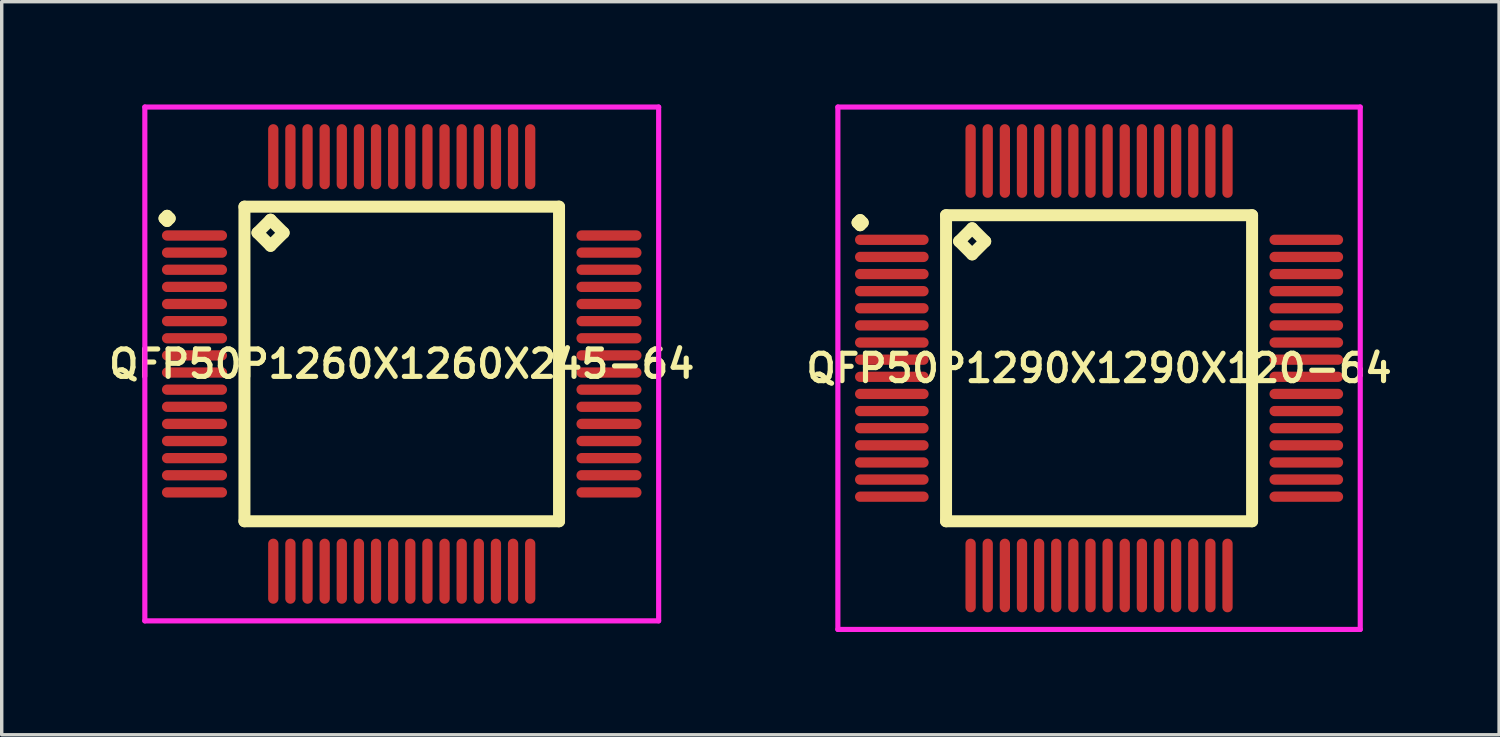
<source format=kicad_pcb>
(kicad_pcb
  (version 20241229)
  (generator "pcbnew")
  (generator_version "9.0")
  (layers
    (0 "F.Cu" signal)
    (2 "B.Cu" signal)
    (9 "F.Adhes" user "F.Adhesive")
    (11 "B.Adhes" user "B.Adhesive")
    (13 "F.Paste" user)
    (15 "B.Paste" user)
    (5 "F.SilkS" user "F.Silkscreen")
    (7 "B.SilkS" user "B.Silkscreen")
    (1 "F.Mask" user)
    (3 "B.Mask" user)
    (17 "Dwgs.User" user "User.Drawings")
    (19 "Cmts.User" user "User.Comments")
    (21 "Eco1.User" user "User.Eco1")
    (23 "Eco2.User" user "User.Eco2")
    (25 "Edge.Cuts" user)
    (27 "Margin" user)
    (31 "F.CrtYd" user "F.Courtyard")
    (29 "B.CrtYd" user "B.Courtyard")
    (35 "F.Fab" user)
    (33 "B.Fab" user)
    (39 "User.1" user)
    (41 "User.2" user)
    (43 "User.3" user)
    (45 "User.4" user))
  (footprint "QFP50P1290X1290X120-64"
    (layer "F.Cu")
    (at 29.035 7.7)
    (property "Reference" "QFP50P1290X1290X120-64" (at 0 0 0) (layer "F.SilkS") (effects (font (size 0.8 0.8) (thickness 0.15))))
    (attr smd)
    (fp_line (start -7.05 -4.25) (end -6.975 -4.325) (stroke (width 0.35) (type solid)) (layer "F.SilkS"))
    (fp_line (start -6.975 -4.325) (end -6.9 -4.25) (stroke (width 0.35) (type solid)) (layer "F.SilkS"))
    (fp_line (start -6.975 -4.175) (end -7.05 -4.25) (stroke (width 0.35) (type solid)) (layer "F.SilkS"))
    (fp_line (start -6.9 -4.25) (end -6.975 -4.175) (stroke (width 0.35) (type solid)) (layer "F.SilkS"))
    (fp_line (start -4.467 -4.467) (end -4.467 4.467) (stroke (width 0.35) (type solid)) (layer "F.SilkS"))
    (fp_line (start -4.467 4.467) (end 4.467 4.467) (stroke (width 0.35) (type solid)) (layer "F.SilkS"))
    (fp_line (start -4.086 -3.705) (end -3.705 -4.086) (stroke (width 0.35) (type solid)) (layer "F.SilkS"))
    (fp_line (start -3.705 -4.086) (end -3.324 -3.705) (stroke (width 0.35) (type solid)) (layer "F.SilkS"))
    (fp_line (start -3.705 -3.324) (end -4.086 -3.705) (stroke (width 0.35) (type solid)) (layer "F.SilkS"))
    (fp_line (start -3.324 -3.705) (end -3.705 -3.324) (stroke (width 0.35) (type solid)) (layer "F.SilkS"))
    (fp_line (start 4.467 -4.467) (end -4.467 -4.467) (stroke (width 0.35) (type solid)) (layer "F.SilkS"))
    (fp_line (start 4.467 4.467) (end 4.467 -4.467) (stroke (width 0.35) (type solid)) (layer "F.SilkS"))
    (fp_line (start -7.625 -7.625) (end 7.625 -7.625) (stroke (width 0.15) (type solid)) (layer "F.CrtYd"))
    (fp_line (start -7.625 7.625) (end -7.625 -7.625) (stroke (width 0.15) (type solid)) (layer "F.CrtYd"))
    (fp_line (start 7.625 -7.625) (end 7.625 7.625) (stroke (width 0.15) (type solid)) (layer "F.CrtYd"))
    (fp_line (start 7.625 7.625) (end -7.625 7.625) (stroke (width 0.15) (type solid)) (layer "F.CrtYd"))
    (pad "1" smd oval (at -6.05 -3.75) (size 2.15 0.3) (layers "F.Cu" "F.Mask" "F.Paste"))
    (pad "2" smd oval (at -6.05 -3.25) (size 2.15 0.3) (layers "F.Cu" "F.Mask" "F.Paste"))
    (pad "3" smd oval (at -6.05 -2.75) (size 2.15 0.3) (layers "F.Cu" "F.Mask" "F.Paste"))
    (pad "4" smd oval (at -6.05 -2.25) (size 2.15 0.3) (layers "F.Cu" "F.Mask" "F.Paste"))
    (pad "5" smd oval (at -6.05 -1.75) (size 2.15 0.3) (layers "F.Cu" "F.Mask" "F.Paste"))
    (pad "6" smd oval (at -6.05 -1.25) (size 2.15 0.3) (layers "F.Cu" "F.Mask" "F.Paste"))
    (pad "7" smd oval (at -6.05 -0.75) (size 2.15 0.3) (layers "F.Cu" "F.Mask" "F.Paste"))
    (pad "8" smd oval (at -6.05 -0.25) (size 2.15 0.3) (layers "F.Cu" "F.Mask" "F.Paste"))
    (pad "9" smd oval (at -6.05 0.25) (size 2.15 0.3) (layers "F.Cu" "F.Mask" "F.Paste"))
    (pad "10" smd oval (at -6.05 0.75) (size 2.15 0.3) (layers "F.Cu" "F.Mask" "F.Paste"))
    (pad "11" smd oval (at -6.05 1.25) (size 2.15 0.3) (layers "F.Cu" "F.Mask" "F.Paste"))
    (pad "12" smd oval (at -6.05 1.75) (size 2.15 0.3) (layers "F.Cu" "F.Mask" "F.Paste"))
    (pad "13" smd oval (at -6.05 2.25) (size 2.15 0.3) (layers "F.Cu" "F.Mask" "F.Paste"))
    (pad "14" smd oval (at -6.05 2.75) (size 2.15 0.3) (layers "F.Cu" "F.Mask" "F.Paste"))
    (pad "15" smd oval (at -6.05 3.25) (size 2.15 0.3) (layers "F.Cu" "F.Mask" "F.Paste"))
    (pad "16" smd oval (at -6.05 3.75) (size 2.15 0.3) (layers "F.Cu" "F.Mask" "F.Paste"))
    (pad "17" smd oval (at -3.75 6.05) (size 0.3 2.15) (layers "F.Cu" "F.Mask" "F.Paste"))
    (pad "18" smd oval (at -3.25 6.05) (size 0.3 2.15) (layers "F.Cu" "F.Mask" "F.Paste"))
    (pad "19" smd oval (at -2.75 6.05) (size 0.3 2.15) (layers "F.Cu" "F.Mask" "F.Paste"))
    (pad "20" smd oval (at -2.25 6.05) (size 0.3 2.15) (layers "F.Cu" "F.Mask" "F.Paste"))
    (pad "21" smd oval (at -1.75 6.05) (size 0.3 2.15) (layers "F.Cu" "F.Mask" "F.Paste"))
    (pad "22" smd oval (at -1.25 6.05) (size 0.3 2.15) (layers "F.Cu" "F.Mask" "F.Paste"))
    (pad "23" smd oval (at -0.75 6.05) (size 0.3 2.15) (layers "F.Cu" "F.Mask" "F.Paste"))
    (pad "24" smd oval (at -0.25 6.05) (size 0.3 2.15) (layers "F.Cu" "F.Mask" "F.Paste"))
    (pad "25" smd oval (at 0.25 6.05) (size 0.3 2.15) (layers "F.Cu" "F.Mask" "F.Paste"))
    (pad "26" smd oval (at 0.75 6.05) (size 0.3 2.15) (layers "F.Cu" "F.Mask" "F.Paste"))
    (pad "27" smd oval (at 1.25 6.05) (size 0.3 2.15) (layers "F.Cu" "F.Mask" "F.Paste"))
    (pad "28" smd oval (at 1.75 6.05) (size 0.3 2.15) (layers "F.Cu" "F.Mask" "F.Paste"))
    (pad "29" smd oval (at 2.25 6.05) (size 0.3 2.15) (layers "F.Cu" "F.Mask" "F.Paste"))
    (pad "30" smd oval (at 2.75 6.05) (size 0.3 2.15) (layers "F.Cu" "F.Mask" "F.Paste"))
    (pad "31" smd oval (at 3.25 6.05) (size 0.3 2.15) (layers "F.Cu" "F.Mask" "F.Paste"))
    (pad "32" smd oval (at 3.75 6.05) (size 0.3 2.15) (layers "F.Cu" "F.Mask" "F.Paste"))
    (pad "33" smd oval (at 6.05 3.75) (size 2.15 0.3) (layers "F.Cu" "F.Mask" "F.Paste"))
    (pad "34" smd oval (at 6.05 3.25) (size 2.15 0.3) (layers "F.Cu" "F.Mask" "F.Paste"))
    (pad "35" smd oval (at 6.05 2.75) (size 2.15 0.3) (layers "F.Cu" "F.Mask" "F.Paste"))
    (pad "36" smd oval (at 6.05 2.25) (size 2.15 0.3) (layers "F.Cu" "F.Mask" "F.Paste"))
    (pad "37" smd oval (at 6.05 1.75) (size 2.15 0.3) (layers "F.Cu" "F.Mask" "F.Paste"))
    (pad "38" smd oval (at 6.05 1.25) (size 2.15 0.3) (layers "F.Cu" "F.Mask" "F.Paste"))
    (pad "39" smd oval (at 6.05 0.75) (size 2.15 0.3) (layers "F.Cu" "F.Mask" "F.Paste"))
    (pad "40" smd oval (at 6.05 0.25) (size 2.15 0.3) (layers "F.Cu" "F.Mask" "F.Paste"))
    (pad "41" smd oval (at 6.05 -0.25) (size 2.15 0.3) (layers "F.Cu" "F.Mask" "F.Paste"))
    (pad "42" smd oval (at 6.05 -0.75) (size 2.15 0.3) (layers "F.Cu" "F.Mask" "F.Paste"))
    (pad "43" smd oval (at 6.05 -1.25) (size 2.15 0.3) (layers "F.Cu" "F.Mask" "F.Paste"))
    (pad "44" smd oval (at 6.05 -1.75) (size 2.15 0.3) (layers "F.Cu" "F.Mask" "F.Paste"))
    (pad "45" smd oval (at 6.05 -2.25) (size 2.15 0.3) (layers "F.Cu" "F.Mask" "F.Paste"))
    (pad "46" smd oval (at 6.05 -2.75) (size 2.15 0.3) (layers "F.Cu" "F.Mask" "F.Paste"))
    (pad "47" smd oval (at 6.05 -3.25) (size 2.15 0.3) (layers "F.Cu" "F.Mask" "F.Paste"))
    (pad "48" smd oval (at 6.05 -3.75) (size 2.15 0.3) (layers "F.Cu" "F.Mask" "F.Paste"))
    (pad "49" smd oval (at 3.75 -6.05) (size 0.3 2.15) (layers "F.Cu" "F.Mask" "F.Paste"))
    (pad "50" smd oval (at 3.25 -6.05) (size 0.3 2.15) (layers "F.Cu" "F.Mask" "F.Paste"))
    (pad "51" smd oval (at 2.75 -6.05) (size 0.3 2.15) (layers "F.Cu" "F.Mask" "F.Paste"))
    (pad "52" smd oval (at 2.25 -6.05) (size 0.3 2.15) (layers "F.Cu" "F.Mask" "F.Paste"))
    (pad "53" smd oval (at 1.75 -6.05) (size 0.3 2.15) (layers "F.Cu" "F.Mask" "F.Paste"))
    (pad "54" smd oval (at 1.25 -6.05) (size 0.3 2.15) (layers "F.Cu" "F.Mask" "F.Paste"))
    (pad "55" smd oval (at 0.75 -6.05) (size 0.3 2.15) (layers "F.Cu" "F.Mask" "F.Paste"))
    (pad "56" smd oval (at 0.25 -6.05) (size 0.3 2.15) (layers "F.Cu" "F.Mask" "F.Paste"))
    (pad "57" smd oval (at -0.25 -6.05) (size 0.3 2.15) (layers "F.Cu" "F.Mask" "F.Paste"))
    (pad "58" smd oval (at -0.75 -6.05) (size 0.3 2.15) (layers "F.Cu" "F.Mask" "F.Paste"))
    (pad "59" smd oval (at -1.25 -6.05) (size 0.3 2.15) (layers "F.Cu" "F.Mask" "F.Paste"))
    (pad "60" smd oval (at -1.75 -6.05) (size 0.3 2.15) (layers "F.Cu" "F.Mask" "F.Paste"))
    (pad "61" smd oval (at -2.25 -6.05) (size 0.3 2.15) (layers "F.Cu" "F.Mask" "F.Paste"))
    (pad "62" smd oval (at -2.75 -6.05) (size 0.3 2.15) (layers "F.Cu" "F.Mask" "F.Paste"))
    (pad "63" smd oval (at -3.25 -6.05) (size 0.3 2.15) (layers "F.Cu" "F.Mask" "F.Paste"))
    (pad "64" smd oval (at -3.75 -6.05) (size 0.3 2.15) (layers "F.Cu" "F.Mask" "F.Paste")))
  (footprint "QFP50P1260X1260X245-64"
    (layer "F.Cu")
    (at 8.678 7.575)
    (property "Reference" "QFP50P1260X1260X245-64" (at 0 0 0) (layer "F.SilkS") (effects (font (size 0.8 0.8) (thickness 0.15))))
    (attr smd)
    (fp_line (start -6.925 -4.25) (end -6.85 -4.325) (stroke (width 0.35) (type solid)) (layer "F.SilkS"))
    (fp_line (start -6.85 -4.325) (end -6.775 -4.25) (stroke (width 0.35) (type solid)) (layer "F.SilkS"))
    (fp_line (start -6.85 -4.175) (end -6.925 -4.25) (stroke (width 0.35) (type solid)) (layer "F.SilkS"))
    (fp_line (start -6.775 -4.25) (end -6.85 -4.175) (stroke (width 0.35) (type solid)) (layer "F.SilkS"))
    (fp_line (start -4.592 -4.592) (end -4.592 4.592) (stroke (width 0.35) (type solid)) (layer "F.SilkS"))
    (fp_line (start -4.592 4.592) (end 4.592 4.592) (stroke (width 0.35) (type solid)) (layer "F.SilkS"))
    (fp_line (start -4.211 -3.83) (end -3.83 -4.211) (stroke (width 0.35) (type solid)) (layer "F.SilkS"))
    (fp_line (start -3.83 -4.211) (end -3.449 -3.83) (stroke (width 0.35) (type solid)) (layer "F.SilkS"))
    (fp_line (start -3.83 -3.449) (end -4.211 -3.83) (stroke (width 0.35) (type solid)) (layer "F.SilkS"))
    (fp_line (start -3.449 -3.83) (end -3.83 -3.449) (stroke (width 0.35) (type solid)) (layer "F.SilkS"))
    (fp_line (start 4.592 -4.592) (end -4.592 -4.592) (stroke (width 0.35) (type solid)) (layer "F.SilkS"))
    (fp_line (start 4.592 4.592) (end 4.592 -4.592) (stroke (width 0.35) (type solid)) (layer "F.SilkS"))
    (fp_line (start -7.5 -7.5) (end 7.5 -7.5) (stroke (width 0.15) (type solid)) (layer "F.CrtYd"))
    (fp_line (start -7.5 7.5) (end -7.5 -7.5) (stroke (width 0.15) (type solid)) (layer "F.CrtYd"))
    (fp_line (start 7.5 -7.5) (end 7.5 7.5) (stroke (width 0.15) (type solid)) (layer "F.CrtYd"))
    (fp_line (start 7.5 7.5) (end -7.5 7.5) (stroke (width 0.15) (type solid)) (layer "F.CrtYd"))
    (pad "1" smd oval (at -6.05 -3.75) (size 1.9 0.3) (layers "F.Cu" "F.Mask" "F.Paste"))
    (pad "2" smd oval (at -6.05 -3.25) (size 1.9 0.3) (layers "F.Cu" "F.Mask" "F.Paste"))
    (pad "3" smd oval (at -6.05 -2.75) (size 1.9 0.3) (layers "F.Cu" "F.Mask" "F.Paste"))
    (pad "4" smd oval (at -6.05 -2.25) (size 1.9 0.3) (layers "F.Cu" "F.Mask" "F.Paste"))
    (pad "5" smd oval (at -6.05 -1.75) (size 1.9 0.3) (layers "F.Cu" "F.Mask" "F.Paste"))
    (pad "6" smd oval (at -6.05 -1.25) (size 1.9 0.3) (layers "F.Cu" "F.Mask" "F.Paste"))
    (pad "7" smd oval (at -6.05 -0.75) (size 1.9 0.3) (layers "F.Cu" "F.Mask" "F.Paste"))
    (pad "8" smd oval (at -6.05 -0.25) (size 1.9 0.3) (layers "F.Cu" "F.Mask" "F.Paste"))
    (pad "9" smd oval (at -6.05 0.25) (size 1.9 0.3) (layers "F.Cu" "F.Mask" "F.Paste"))
    (pad "10" smd oval (at -6.05 0.75) (size 1.9 0.3) (layers "F.Cu" "F.Mask" "F.Paste"))
    (pad "11" smd oval (at -6.05 1.25) (size 1.9 0.3) (layers "F.Cu" "F.Mask" "F.Paste"))
    (pad "12" smd oval (at -6.05 1.75) (size 1.9 0.3) (layers "F.Cu" "F.Mask" "F.Paste"))
    (pad "13" smd oval (at -6.05 2.25) (size 1.9 0.3) (layers "F.Cu" "F.Mask" "F.Paste"))
    (pad "14" smd oval (at -6.05 2.75) (size 1.9 0.3) (layers "F.Cu" "F.Mask" "F.Paste"))
    (pad "15" smd oval (at -6.05 3.25) (size 1.9 0.3) (layers "F.Cu" "F.Mask" "F.Paste"))
    (pad "16" smd oval (at -6.05 3.75) (size 1.9 0.3) (layers "F.Cu" "F.Mask" "F.Paste"))
    (pad "17" smd oval (at -3.75 6.05) (size 0.3 1.9) (layers "F.Cu" "F.Mask" "F.Paste"))
    (pad "18" smd oval (at -3.25 6.05) (size 0.3 1.9) (layers "F.Cu" "F.Mask" "F.Paste"))
    (pad "19" smd oval (at -2.75 6.05) (size 0.3 1.9) (layers "F.Cu" "F.Mask" "F.Paste"))
    (pad "20" smd oval (at -2.25 6.05) (size 0.3 1.9) (layers "F.Cu" "F.Mask" "F.Paste"))
    (pad "21" smd oval (at -1.75 6.05) (size 0.3 1.9) (layers "F.Cu" "F.Mask" "F.Paste"))
    (pad "22" smd oval (at -1.25 6.05) (size 0.3 1.9) (layers "F.Cu" "F.Mask" "F.Paste"))
    (pad "23" smd oval (at -0.75 6.05) (size 0.3 1.9) (layers "F.Cu" "F.Mask" "F.Paste"))
    (pad "24" smd oval (at -0.25 6.05) (size 0.3 1.9) (layers "F.Cu" "F.Mask" "F.Paste"))
    (pad "25" smd oval (at 0.25 6.05) (size 0.3 1.9) (layers "F.Cu" "F.Mask" "F.Paste"))
    (pad "26" smd oval (at 0.75 6.05) (size 0.3 1.9) (layers "F.Cu" "F.Mask" "F.Paste"))
    (pad "27" smd oval (at 1.25 6.05) (size 0.3 1.9) (layers "F.Cu" "F.Mask" "F.Paste"))
    (pad "28" smd oval (at 1.75 6.05) (size 0.3 1.9) (layers "F.Cu" "F.Mask" "F.Paste"))
    (pad "29" smd oval (at 2.25 6.05) (size 0.3 1.9) (layers "F.Cu" "F.Mask" "F.Paste"))
    (pad "30" smd oval (at 2.75 6.05) (size 0.3 1.9) (layers "F.Cu" "F.Mask" "F.Paste"))
    (pad "31" smd oval (at 3.25 6.05) (size 0.3 1.9) (layers "F.Cu" "F.Mask" "F.Paste"))
    (pad "32" smd oval (at 3.75 6.05) (size 0.3 1.9) (layers "F.Cu" "F.Mask" "F.Paste"))
    (pad "33" smd oval (at 6.05 3.75) (size 1.9 0.3) (layers "F.Cu" "F.Mask" "F.Paste"))
    (pad "34" smd oval (at 6.05 3.25) (size 1.9 0.3) (layers "F.Cu" "F.Mask" "F.Paste"))
    (pad "35" smd oval (at 6.05 2.75) (size 1.9 0.3) (layers "F.Cu" "F.Mask" "F.Paste"))
    (pad "36" smd oval (at 6.05 2.25) (size 1.9 0.3) (layers "F.Cu" "F.Mask" "F.Paste"))
    (pad "37" smd oval (at 6.05 1.75) (size 1.9 0.3) (layers "F.Cu" "F.Mask" "F.Paste"))
    (pad "38" smd oval (at 6.05 1.25) (size 1.9 0.3) (layers "F.Cu" "F.Mask" "F.Paste"))
    (pad "39" smd oval (at 6.05 0.75) (size 1.9 0.3) (layers "F.Cu" "F.Mask" "F.Paste"))
    (pad "40" smd oval (at 6.05 0.25) (size 1.9 0.3) (layers "F.Cu" "F.Mask" "F.Paste"))
    (pad "41" smd oval (at 6.05 -0.25) (size 1.9 0.3) (layers "F.Cu" "F.Mask" "F.Paste"))
    (pad "42" smd oval (at 6.05 -0.75) (size 1.9 0.3) (layers "F.Cu" "F.Mask" "F.Paste"))
    (pad "43" smd oval (at 6.05 -1.25) (size 1.9 0.3) (layers "F.Cu" "F.Mask" "F.Paste"))
    (pad "44" smd oval (at 6.05 -1.75) (size 1.9 0.3) (layers "F.Cu" "F.Mask" "F.Paste"))
    (pad "45" smd oval (at 6.05 -2.25) (size 1.9 0.3) (layers "F.Cu" "F.Mask" "F.Paste"))
    (pad "46" smd oval (at 6.05 -2.75) (size 1.9 0.3) (layers "F.Cu" "F.Mask" "F.Paste"))
    (pad "47" smd oval (at 6.05 -3.25) (size 1.9 0.3) (layers "F.Cu" "F.Mask" "F.Paste"))
    (pad "48" smd oval (at 6.05 -3.75) (size 1.9 0.3) (layers "F.Cu" "F.Mask" "F.Paste"))
    (pad "49" smd oval (at 3.75 -6.05) (size 0.3 1.9) (layers "F.Cu" "F.Mask" "F.Paste"))
    (pad "50" smd oval (at 3.25 -6.05) (size 0.3 1.9) (layers "F.Cu" "F.Mask" "F.Paste"))
    (pad "51" smd oval (at 2.75 -6.05) (size 0.3 1.9) (layers "F.Cu" "F.Mask" "F.Paste"))
    (pad "52" smd oval (at 2.25 -6.05) (size 0.3 1.9) (layers "F.Cu" "F.Mask" "F.Paste"))
    (pad "53" smd oval (at 1.75 -6.05) (size 0.3 1.9) (layers "F.Cu" "F.Mask" "F.Paste"))
    (pad "54" smd oval (at 1.25 -6.05) (size 0.3 1.9) (layers "F.Cu" "F.Mask" "F.Paste"))
    (pad "55" smd oval (at 0.75 -6.05) (size 0.3 1.9) (layers "F.Cu" "F.Mask" "F.Paste"))
    (pad "56" smd oval (at 0.25 -6.05) (size 0.3 1.9) (layers "F.Cu" "F.Mask" "F.Paste"))
    (pad "57" smd oval (at -0.25 -6.05) (size 0.3 1.9) (layers "F.Cu" "F.Mask" "F.Paste"))
    (pad "58" smd oval (at -0.75 -6.05) (size 0.3 1.9) (layers "F.Cu" "F.Mask" "F.Paste"))
    (pad "59" smd oval (at -1.25 -6.05) (size 0.3 1.9) (layers "F.Cu" "F.Mask" "F.Paste"))
    (pad "60" smd oval (at -1.75 -6.05) (size 0.3 1.9) (layers "F.Cu" "F.Mask" "F.Paste"))
    (pad "61" smd oval (at -2.25 -6.05) (size 0.3 1.9) (layers "F.Cu" "F.Mask" "F.Paste"))
    (pad "62" smd oval (at -2.75 -6.05) (size 0.3 1.9) (layers "F.Cu" "F.Mask" "F.Paste"))
    (pad "63" smd oval (at -3.25 -6.05) (size 0.3 1.9) (layers "F.Cu" "F.Mask" "F.Paste"))
    (pad "64" smd oval (at -3.75 -6.05) (size 0.3 1.9) (layers "F.Cu" "F.Mask" "F.Paste")))
  (gr_rect
    (start -3 -3)
    (end 40.713 18.4)
    (stroke (width 0.1) (type default))
    (fill no)
    (layer "Edge.Cuts")))
</source>
